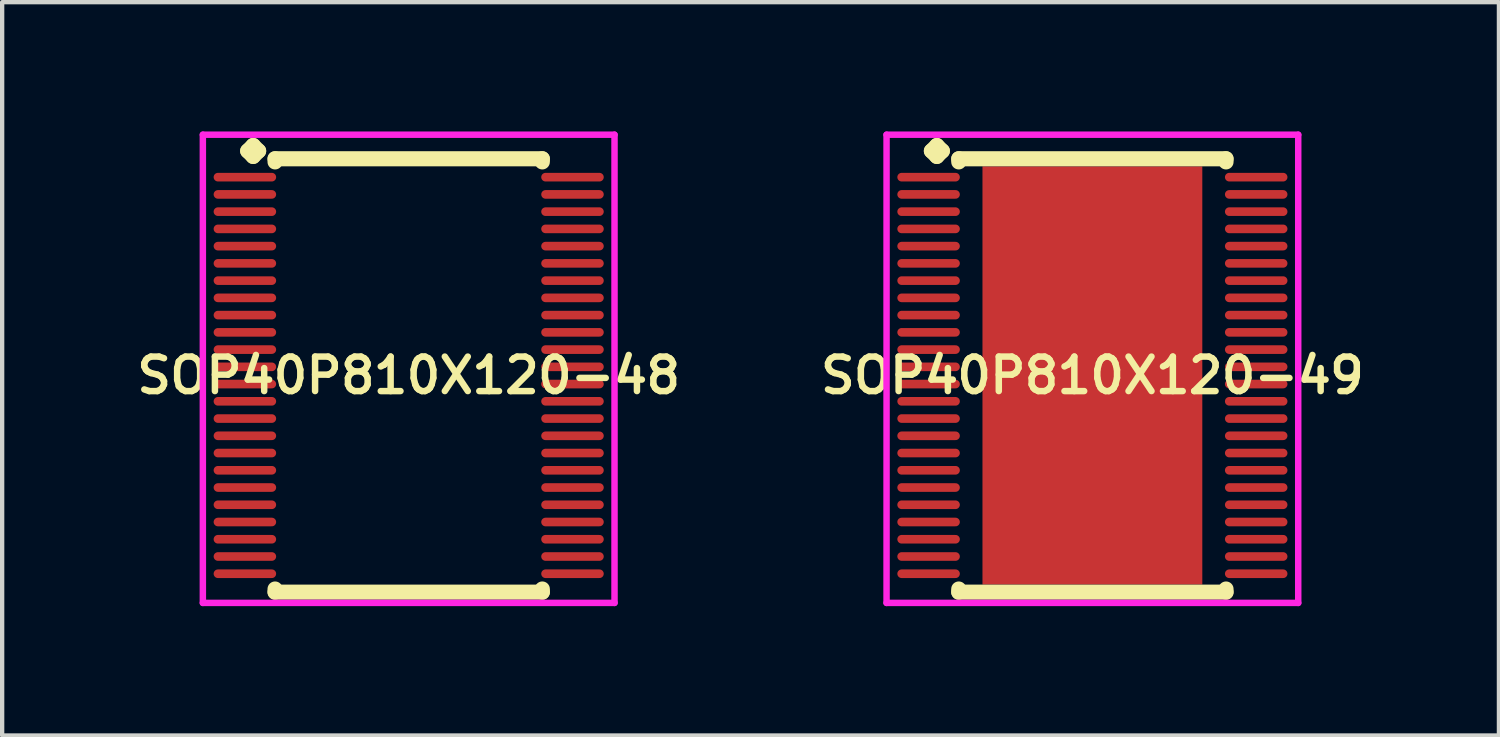
<source format=kicad_pcb>
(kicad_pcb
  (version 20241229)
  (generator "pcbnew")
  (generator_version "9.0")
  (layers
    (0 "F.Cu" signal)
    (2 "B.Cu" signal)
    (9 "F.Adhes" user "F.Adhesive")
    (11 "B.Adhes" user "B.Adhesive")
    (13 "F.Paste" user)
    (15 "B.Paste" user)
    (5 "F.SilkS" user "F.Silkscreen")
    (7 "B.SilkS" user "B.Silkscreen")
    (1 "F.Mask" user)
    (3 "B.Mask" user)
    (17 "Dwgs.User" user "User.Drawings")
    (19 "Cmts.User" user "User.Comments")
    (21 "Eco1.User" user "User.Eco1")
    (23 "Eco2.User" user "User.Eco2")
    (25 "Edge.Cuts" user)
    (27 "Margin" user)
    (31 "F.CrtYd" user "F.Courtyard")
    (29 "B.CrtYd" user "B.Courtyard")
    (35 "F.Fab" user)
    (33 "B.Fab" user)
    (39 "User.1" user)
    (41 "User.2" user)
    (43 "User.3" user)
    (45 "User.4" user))
  (footprint "SOP40P810X120-48"
    (layer "F.Cu")
    (at 6.431 5.66)
    (property "Reference" "SOP40P810X120-48" (at 0 0 0) (layer "F.SilkS") (effects (font (size 0.8 0.8) (thickness 0.15))))
    (attr smd)
    (fp_line (start -3.735 -5.208) (end -3.608 -5.335) (stroke (width 0.35) (type solid)) (layer "F.SilkS"))
    (fp_line (start -3.608 -5.335) (end -3.481 -5.208) (stroke (width 0.35) (type solid)) (layer "F.SilkS"))
    (fp_line (start -3.608 -5.081) (end -3.735 -5.208) (stroke (width 0.35) (type solid)) (layer "F.SilkS"))
    (fp_line (start -3.481 -5.208) (end -3.608 -5.081) (stroke (width 0.35) (type solid)) (layer "F.SilkS"))
    (fp_line (start -3.1 -5.027) (end 3.1 -5.027) (stroke (width 0.35) (type solid)) (layer "F.SilkS"))
    (fp_line (start -3.1 -4.954) (end -3.1 -5.027) (stroke (width 0.35) (type solid)) (layer "F.SilkS"))
    (fp_line (start -3.1 4.954) (end -3.1 5.027) (stroke (width 0.35) (type solid)) (layer "F.SilkS"))
    (fp_line (start -3.1 5.027) (end 3.1 5.027) (stroke (width 0.35) (type solid)) (layer "F.SilkS"))
    (fp_line (start 3.1 -5.027) (end 3.1 -4.954) (stroke (width 0.35) (type solid)) (layer "F.SilkS"))
    (fp_line (start 3.1 5.027) (end 3.1 4.954) (stroke (width 0.35) (type solid)) (layer "F.SilkS"))
    (fp_line (start -4.775 -5.585) (end 4.775 -5.585) (stroke (width 0.15) (type solid)) (layer "F.CrtYd"))
    (fp_line (start -4.775 5.277) (end -4.775 -5.585) (stroke (width 0.15) (type solid)) (layer "F.CrtYd"))
    (fp_line (start 4.775 -5.585) (end 4.775 5.277) (stroke (width 0.15) (type solid)) (layer "F.CrtYd"))
    (fp_line (start 4.775 5.277) (end -4.775 5.277) (stroke (width 0.15) (type solid)) (layer "F.CrtYd"))
    (pad "1" smd oval (at -3.8 -4.6) (size 1.45 0.2) (layers "F.Cu" "F.Mask" "F.Paste"))
    (pad "2" smd oval (at -3.8 -4.2) (size 1.45 0.2) (layers "F.Cu" "F.Mask" "F.Paste"))
    (pad "3" smd oval (at -3.8 -3.8) (size 1.45 0.2) (layers "F.Cu" "F.Mask" "F.Paste"))
    (pad "4" smd oval (at -3.8 -3.4) (size 1.45 0.2) (layers "F.Cu" "F.Mask" "F.Paste"))
    (pad "5" smd oval (at -3.8 -3) (size 1.45 0.2) (layers "F.Cu" "F.Mask" "F.Paste"))
    (pad "6" smd oval (at -3.8 -2.6) (size 1.45 0.2) (layers "F.Cu" "F.Mask" "F.Paste"))
    (pad "7" smd oval (at -3.8 -2.2) (size 1.45 0.2) (layers "F.Cu" "F.Mask" "F.Paste"))
    (pad "8" smd oval (at -3.8 -1.8) (size 1.45 0.2) (layers "F.Cu" "F.Mask" "F.Paste"))
    (pad "9" smd oval (at -3.8 -1.4) (size 1.45 0.2) (layers "F.Cu" "F.Mask" "F.Paste"))
    (pad "10" smd oval (at -3.8 -1) (size 1.45 0.2) (layers "F.Cu" "F.Mask" "F.Paste"))
    (pad "11" smd oval (at -3.8 -0.6) (size 1.45 0.2) (layers "F.Cu" "F.Mask" "F.Paste"))
    (pad "12" smd oval (at -3.8 -0.2) (size 1.45 0.2) (layers "F.Cu" "F.Mask" "F.Paste"))
    (pad "13" smd oval (at -3.8 0.2) (size 1.45 0.2) (layers "F.Cu" "F.Mask" "F.Paste"))
    (pad "14" smd oval (at -3.8 0.6) (size 1.45 0.2) (layers "F.Cu" "F.Mask" "F.Paste"))
    (pad "15" smd oval (at -3.8 1) (size 1.45 0.2) (layers "F.Cu" "F.Mask" "F.Paste"))
    (pad "16" smd oval (at -3.8 1.4) (size 1.45 0.2) (layers "F.Cu" "F.Mask" "F.Paste"))
    (pad "17" smd oval (at -3.8 1.8) (size 1.45 0.2) (layers "F.Cu" "F.Mask" "F.Paste"))
    (pad "18" smd oval (at -3.8 2.2) (size 1.45 0.2) (layers "F.Cu" "F.Mask" "F.Paste"))
    (pad "19" smd oval (at -3.8 2.6) (size 1.45 0.2) (layers "F.Cu" "F.Mask" "F.Paste"))
    (pad "20" smd oval (at -3.8 3) (size 1.45 0.2) (layers "F.Cu" "F.Mask" "F.Paste"))
    (pad "21" smd oval (at -3.8 3.4) (size 1.45 0.2) (layers "F.Cu" "F.Mask" "F.Paste"))
    (pad "22" smd oval (at -3.8 3.8) (size 1.45 0.2) (layers "F.Cu" "F.Mask" "F.Paste"))
    (pad "23" smd oval (at -3.8 4.2) (size 1.45 0.2) (layers "F.Cu" "F.Mask" "F.Paste"))
    (pad "24" smd oval (at -3.8 4.6) (size 1.45 0.2) (layers "F.Cu" "F.Mask" "F.Paste"))
    (pad "25" smd oval (at 3.8 4.6) (size 1.45 0.2) (layers "F.Cu" "F.Mask" "F.Paste"))
    (pad "26" smd oval (at 3.8 4.2) (size 1.45 0.2) (layers "F.Cu" "F.Mask" "F.Paste"))
    (pad "27" smd oval (at 3.8 3.8) (size 1.45 0.2) (layers "F.Cu" "F.Mask" "F.Paste"))
    (pad "28" smd oval (at 3.8 3.4) (size 1.45 0.2) (layers "F.Cu" "F.Mask" "F.Paste"))
    (pad "29" smd oval (at 3.8 3) (size 1.45 0.2) (layers "F.Cu" "F.Mask" "F.Paste"))
    (pad "30" smd oval (at 3.8 2.6) (size 1.45 0.2) (layers "F.Cu" "F.Mask" "F.Paste"))
    (pad "31" smd oval (at 3.8 2.2) (size 1.45 0.2) (layers "F.Cu" "F.Mask" "F.Paste"))
    (pad "32" smd oval (at 3.8 1.8) (size 1.45 0.2) (layers "F.Cu" "F.Mask" "F.Paste"))
    (pad "33" smd oval (at 3.8 1.4) (size 1.45 0.2) (layers "F.Cu" "F.Mask" "F.Paste"))
    (pad "34" smd oval (at 3.8 1) (size 1.45 0.2) (layers "F.Cu" "F.Mask" "F.Paste"))
    (pad "35" smd oval (at 3.8 0.6) (size 1.45 0.2) (layers "F.Cu" "F.Mask" "F.Paste"))
    (pad "36" smd oval (at 3.8 0.2) (size 1.45 0.2) (layers "F.Cu" "F.Mask" "F.Paste"))
    (pad "37" smd oval (at 3.8 -0.2) (size 1.45 0.2) (layers "F.Cu" "F.Mask" "F.Paste"))
    (pad "38" smd oval (at 3.8 -0.6) (size 1.45 0.2) (layers "F.Cu" "F.Mask" "F.Paste"))
    (pad "39" smd oval (at 3.8 -1) (size 1.45 0.2) (layers "F.Cu" "F.Mask" "F.Paste"))
    (pad "40" smd oval (at 3.8 -1.4) (size 1.45 0.2) (layers "F.Cu" "F.Mask" "F.Paste"))
    (pad "41" smd oval (at 3.8 -1.8) (size 1.45 0.2) (layers "F.Cu" "F.Mask" "F.Paste"))
    (pad "42" smd oval (at 3.8 -2.2) (size 1.45 0.2) (layers "F.Cu" "F.Mask" "F.Paste"))
    (pad "43" smd oval (at 3.8 -2.6) (size 1.45 0.2) (layers "F.Cu" "F.Mask" "F.Paste"))
    (pad "44" smd oval (at 3.8 -3) (size 1.45 0.2) (layers "F.Cu" "F.Mask" "F.Paste"))
    (pad "45" smd oval (at 3.8 -3.4) (size 1.45 0.2) (layers "F.Cu" "F.Mask" "F.Paste"))
    (pad "46" smd oval (at 3.8 -3.8) (size 1.45 0.2) (layers "F.Cu" "F.Mask" "F.Paste"))
    (pad "47" smd oval (at 3.8 -4.2) (size 1.45 0.2) (layers "F.Cu" "F.Mask" "F.Paste"))
    (pad "48" smd oval (at 3.8 -4.6) (size 1.45 0.2) (layers "F.Cu" "F.Mask" "F.Paste")))
  (footprint "SOP40P810X120-49"
    (layer "F.Cu")
    (at 22.292 5.66)
    (property "Reference" "SOP40P810X120-49" (at 0 0 0) (layer "F.SilkS") (effects (font (size 0.8 0.8) (thickness 0.15))))
    (attr smd)
    (fp_line (start -3.735 -5.208) (end -3.608 -5.335) (stroke (width 0.35) (type solid)) (layer "F.SilkS"))
    (fp_line (start -3.608 -5.335) (end -3.481 -5.208) (stroke (width 0.35) (type solid)) (layer "F.SilkS"))
    (fp_line (start -3.608 -5.081) (end -3.735 -5.208) (stroke (width 0.35) (type solid)) (layer "F.SilkS"))
    (fp_line (start -3.481 -5.208) (end -3.608 -5.081) (stroke (width 0.35) (type solid)) (layer "F.SilkS"))
    (fp_line (start -3.1 -5.027) (end 3.1 -5.027) (stroke (width 0.35) (type solid)) (layer "F.SilkS"))
    (fp_line (start -3.1 -4.954) (end -3.1 -5.027) (stroke (width 0.35) (type solid)) (layer "F.SilkS"))
    (fp_line (start -3.1 4.954) (end -3.1 5.027) (stroke (width 0.35) (type solid)) (layer "F.SilkS"))
    (fp_line (start -3.1 5.027) (end 3.1 5.027) (stroke (width 0.35) (type solid)) (layer "F.SilkS"))
    (fp_line (start 3.1 -5.027) (end 3.1 -4.954) (stroke (width 0.35) (type solid)) (layer "F.SilkS"))
    (fp_line (start 3.1 5.027) (end 3.1 4.954) (stroke (width 0.35) (type solid)) (layer "F.SilkS"))
    (fp_line (start -4.775 -5.585) (end 4.775 -5.585) (stroke (width 0.15) (type solid)) (layer "F.CrtYd"))
    (fp_line (start -4.775 5.277) (end -4.775 -5.585) (stroke (width 0.15) (type solid)) (layer "F.CrtYd"))
    (fp_line (start 4.775 -5.585) (end 4.775 5.277) (stroke (width 0.15) (type solid)) (layer "F.CrtYd"))
    (fp_line (start 4.775 5.277) (end -4.775 5.277) (stroke (width 0.15) (type solid)) (layer "F.CrtYd"))
    (pad "1" smd oval (at -3.8 -4.6) (size 1.45 0.2) (layers "F.Cu" "F.Mask" "F.Paste"))
    (pad "2" smd oval (at -3.8 -4.2) (size 1.45 0.2) (layers "F.Cu" "F.Mask" "F.Paste"))
    (pad "3" smd oval (at -3.8 -3.8) (size 1.45 0.2) (layers "F.Cu" "F.Mask" "F.Paste"))
    (pad "4" smd oval (at -3.8 -3.4) (size 1.45 0.2) (layers "F.Cu" "F.Mask" "F.Paste"))
    (pad "5" smd oval (at -3.8 -3) (size 1.45 0.2) (layers "F.Cu" "F.Mask" "F.Paste"))
    (pad "6" smd oval (at -3.8 -2.6) (size 1.45 0.2) (layers "F.Cu" "F.Mask" "F.Paste"))
    (pad "7" smd oval (at -3.8 -2.2) (size 1.45 0.2) (layers "F.Cu" "F.Mask" "F.Paste"))
    (pad "8" smd oval (at -3.8 -1.8) (size 1.45 0.2) (layers "F.Cu" "F.Mask" "F.Paste"))
    (pad "9" smd oval (at -3.8 -1.4) (size 1.45 0.2) (layers "F.Cu" "F.Mask" "F.Paste"))
    (pad "10" smd oval (at -3.8 -1) (size 1.45 0.2) (layers "F.Cu" "F.Mask" "F.Paste"))
    (pad "11" smd oval (at -3.8 -0.6) (size 1.45 0.2) (layers "F.Cu" "F.Mask" "F.Paste"))
    (pad "12" smd oval (at -3.8 -0.2) (size 1.45 0.2) (layers "F.Cu" "F.Mask" "F.Paste"))
    (pad "13" smd oval (at -3.8 0.2) (size 1.45 0.2) (layers "F.Cu" "F.Mask" "F.Paste"))
    (pad "14" smd oval (at -3.8 0.6) (size 1.45 0.2) (layers "F.Cu" "F.Mask" "F.Paste"))
    (pad "15" smd oval (at -3.8 1) (size 1.45 0.2) (layers "F.Cu" "F.Mask" "F.Paste"))
    (pad "16" smd oval (at -3.8 1.4) (size 1.45 0.2) (layers "F.Cu" "F.Mask" "F.Paste"))
    (pad "17" smd oval (at -3.8 1.8) (size 1.45 0.2) (layers "F.Cu" "F.Mask" "F.Paste"))
    (pad "18" smd oval (at -3.8 2.2) (size 1.45 0.2) (layers "F.Cu" "F.Mask" "F.Paste"))
    (pad "19" smd oval (at -3.8 2.6) (size 1.45 0.2) (layers "F.Cu" "F.Mask" "F.Paste"))
    (pad "20" smd oval (at -3.8 3) (size 1.45 0.2) (layers "F.Cu" "F.Mask" "F.Paste"))
    (pad "21" smd oval (at -3.8 3.4) (size 1.45 0.2) (layers "F.Cu" "F.Mask" "F.Paste"))
    (pad "22" smd oval (at -3.8 3.8) (size 1.45 0.2) (layers "F.Cu" "F.Mask" "F.Paste"))
    (pad "23" smd oval (at -3.8 4.2) (size 1.45 0.2) (layers "F.Cu" "F.Mask" "F.Paste"))
    (pad "24" smd oval (at -3.8 4.6) (size 1.45 0.2) (layers "F.Cu" "F.Mask" "F.Paste"))
    (pad "25" smd oval (at 3.8 4.6) (size 1.45 0.2) (layers "F.Cu" "F.Mask" "F.Paste"))
    (pad "26" smd oval (at 3.8 4.2) (size 1.45 0.2) (layers "F.Cu" "F.Mask" "F.Paste"))
    (pad "27" smd oval (at 3.8 3.8) (size 1.45 0.2) (layers "F.Cu" "F.Mask" "F.Paste"))
    (pad "28" smd oval (at 3.8 3.4) (size 1.45 0.2) (layers "F.Cu" "F.Mask" "F.Paste"))
    (pad "29" smd oval (at 3.8 3) (size 1.45 0.2) (layers "F.Cu" "F.Mask" "F.Paste"))
    (pad "30" smd oval (at 3.8 2.6) (size 1.45 0.2) (layers "F.Cu" "F.Mask" "F.Paste"))
    (pad "31" smd oval (at 3.8 2.2) (size 1.45 0.2) (layers "F.Cu" "F.Mask" "F.Paste"))
    (pad "32" smd oval (at 3.8 1.8) (size 1.45 0.2) (layers "F.Cu" "F.Mask" "F.Paste"))
    (pad "33" smd oval (at 3.8 1.4) (size 1.45 0.2) (layers "F.Cu" "F.Mask" "F.Paste"))
    (pad "34" smd oval (at 3.8 1) (size 1.45 0.2) (layers "F.Cu" "F.Mask" "F.Paste"))
    (pad "35" smd oval (at 3.8 0.6) (size 1.45 0.2) (layers "F.Cu" "F.Mask" "F.Paste"))
    (pad "36" smd oval (at 3.8 0.2) (size 1.45 0.2) (layers "F.Cu" "F.Mask" "F.Paste"))
    (pad "37" smd oval (at 3.8 -0.2) (size 1.45 0.2) (layers "F.Cu" "F.Mask" "F.Paste"))
    (pad "38" smd oval (at 3.8 -0.6) (size 1.45 0.2) (layers "F.Cu" "F.Mask" "F.Paste"))
    (pad "39" smd oval (at 3.8 -1) (size 1.45 0.2) (layers "F.Cu" "F.Mask" "F.Paste"))
    (pad "40" smd oval (at 3.8 -1.4) (size 1.45 0.2) (layers "F.Cu" "F.Mask" "F.Paste"))
    (pad "41" smd oval (at 3.8 -1.8) (size 1.45 0.2) (layers "F.Cu" "F.Mask" "F.Paste"))
    (pad "42" smd oval (at 3.8 -2.2) (size 1.45 0.2) (layers "F.Cu" "F.Mask" "F.Paste"))
    (pad "43" smd oval (at 3.8 -2.6) (size 1.45 0.2) (layers "F.Cu" "F.Mask" "F.Paste"))
    (pad "44" smd oval (at 3.8 -3) (size 1.45 0.2) (layers "F.Cu" "F.Mask" "F.Paste"))
    (pad "45" smd oval (at 3.8 -3.4) (size 1.45 0.2) (layers "F.Cu" "F.Mask" "F.Paste"))
    (pad "46" smd oval (at 3.8 -3.8) (size 1.45 0.2) (layers "F.Cu" "F.Mask" "F.Paste"))
    (pad "47" smd oval (at 3.8 -4.2) (size 1.45 0.2) (layers "F.Cu" "F.Mask" "F.Paste"))
    (pad "48" smd oval (at 3.8 -4.6) (size 1.45 0.2) (layers "F.Cu" "F.Mask" "F.Paste"))
    (pad "49" smd rect (at 0 0) (size 5.1 9.7) (layers "F.Cu" "F.Mask" "F.Paste")))
  (gr_rect
    (start -3 -3)
    (end 31.723 14.012)
    (stroke (width 0.1) (type default))
    (fill no)
    (layer "Edge.Cuts")))
</source>
